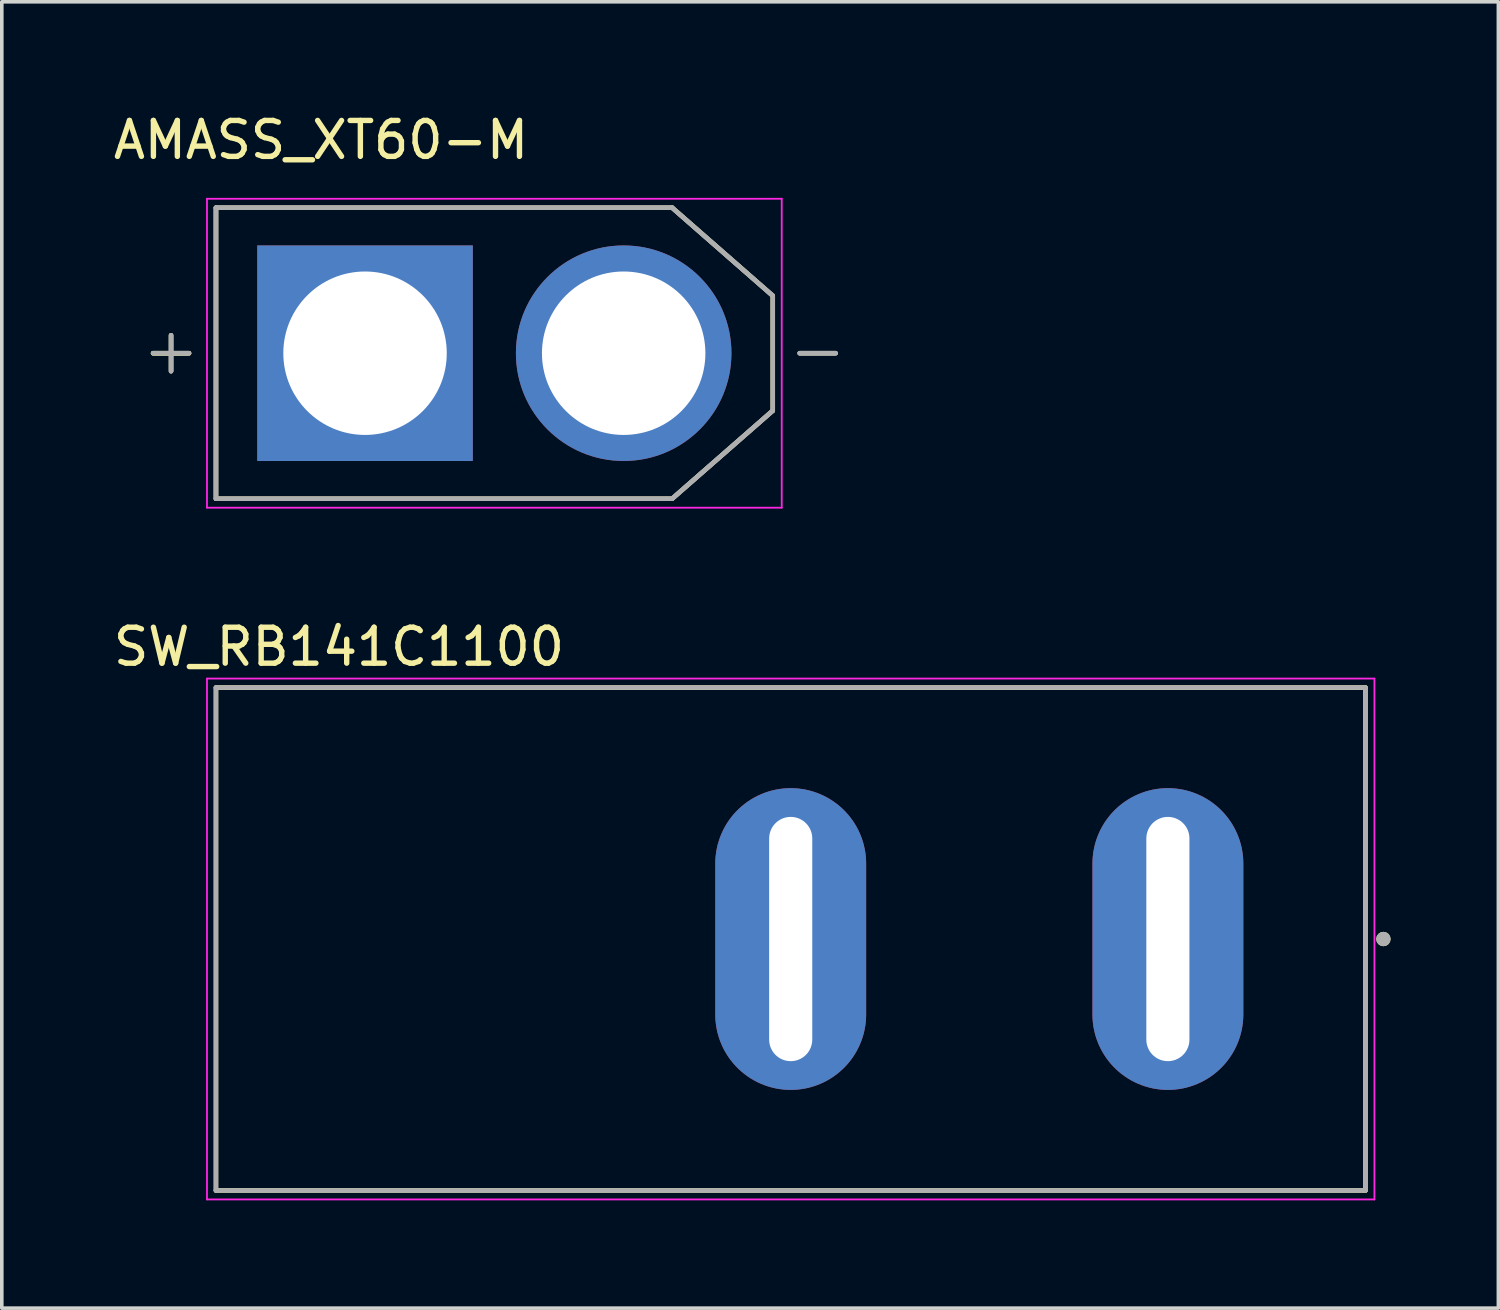
<source format=kicad_pcb>
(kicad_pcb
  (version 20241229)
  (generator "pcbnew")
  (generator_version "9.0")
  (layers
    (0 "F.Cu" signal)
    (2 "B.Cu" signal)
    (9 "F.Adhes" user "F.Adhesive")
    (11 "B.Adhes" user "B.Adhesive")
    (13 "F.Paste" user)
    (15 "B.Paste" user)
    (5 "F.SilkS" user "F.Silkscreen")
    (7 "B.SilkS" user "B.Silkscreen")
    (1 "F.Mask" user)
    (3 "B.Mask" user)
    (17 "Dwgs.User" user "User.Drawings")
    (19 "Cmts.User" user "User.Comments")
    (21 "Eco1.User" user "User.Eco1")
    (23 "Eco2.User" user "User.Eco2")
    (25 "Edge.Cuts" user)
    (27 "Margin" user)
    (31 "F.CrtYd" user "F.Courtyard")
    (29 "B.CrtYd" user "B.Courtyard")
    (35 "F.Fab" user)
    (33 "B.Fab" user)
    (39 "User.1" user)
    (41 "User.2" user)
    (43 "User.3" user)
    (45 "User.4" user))
  (footprint "AMASS_XT60-M"
    (layer "F.Cu")
    (at 10.712 6.783)
    (property "Reference" "AMASS_XT60-M" (at -4.825 -5.935 0) (layer "F.SilkS") (effects (font (size 1 1) (thickness 0.15))))
    (attr through_hole)
    (fp_line (start -9.5 0) (end -8.5 0) (stroke (width 0.127) (type solid)) (layer "F.SilkS"))
    (fp_line (start -9.5 0) (end -8.5 0) (stroke (width 0.127) (type solid)) (layer "F.SilkS"))
    (fp_line (start -9 -0.5) (end -9 0.5) (stroke (width 0.127) (type solid)) (layer "F.SilkS"))
    (fp_line (start -7.75 -4.05) (end 4.95 -4.05) (stroke (width 0.127) (type solid)) (layer "F.SilkS"))
    (fp_line (start -7.75 4.05) (end -7.75 -4.05) (stroke (width 0.127) (type solid)) (layer "F.SilkS"))
    (fp_line (start 4.95 -4.05) (end 7.75 -1.6) (stroke (width 0.127) (type solid)) (layer "F.SilkS"))
    (fp_line (start 4.95 4.05) (end -7.75 4.05) (stroke (width 0.127) (type solid)) (layer "F.SilkS"))
    (fp_line (start 7.75 -1.6) (end 7.75 1.6) (stroke (width 0.127) (type solid)) (layer "F.SilkS"))
    (fp_line (start 7.75 1.6) (end 4.95 4.05) (stroke (width 0.127) (type solid)) (layer "F.SilkS"))
    (fp_line (start 8.5 0) (end 9.5 0) (stroke (width 0.127) (type solid)) (layer "F.SilkS"))
    (fp_line (start -8 -4.3) (end -8 4.3) (stroke (width 0.05) (type solid)) (layer "F.CrtYd"))
    (fp_line (start -8 4.3) (end 8 4.3) (stroke (width 0.05) (type solid)) (layer "F.CrtYd"))
    (fp_line (start 8 -4.3) (end -8 -4.3) (stroke (width 0.05) (type solid)) (layer "F.CrtYd"))
    (fp_line (start 8 4.3) (end 8 -4.3) (stroke (width 0.05) (type solid)) (layer "F.CrtYd"))
    (fp_line (start -9.5 0) (end -8.5 0) (stroke (width 0.127) (type solid)) (layer "F.Fab"))
    (fp_line (start -9 -0.5) (end -9 0.5) (stroke (width 0.127) (type solid)) (layer "F.Fab"))
    (fp_line (start -9 -0.5) (end -9 0.5) (stroke (width 0.127) (type solid)) (layer "F.Fab"))
    (fp_line (start -7.75 -4.05) (end 4.95 -4.05) (stroke (width 0.127) (type solid)) (layer "F.Fab"))
    (fp_line (start -7.75 -4.05) (end 4.95 -4.05) (stroke (width 0.127) (type solid)) (layer "F.Fab"))
    (fp_line (start -7.75 4.05) (end -7.75 -4.05) (stroke (width 0.127) (type solid)) (layer "F.Fab"))
    (fp_line (start -7.75 4.05) (end -7.75 -4.05) (stroke (width 0.127) (type solid)) (layer "F.Fab"))
    (fp_line (start 4.95 -4.05) (end 7.75 -1.6) (stroke (width 0.127) (type solid)) (layer "F.Fab"))
    (fp_line (start 4.95 -4.05) (end 7.75 -1.6) (stroke (width 0.127) (type solid)) (layer "F.Fab"))
    (fp_line (start 4.95 4.05) (end -7.75 4.05) (stroke (width 0.127) (type solid)) (layer "F.Fab"))
    (fp_line (start 7.75 -1.6) (end 7.75 1.6) (stroke (width 0.127) (type solid)) (layer "F.Fab"))
    (fp_line (start 7.75 1.6) (end 4.95 4.05) (stroke (width 0.127) (type solid)) (layer "F.Fab"))
    (fp_line (start 7.75 1.6) (end 4.95 4.05) (stroke (width 0.127) (type solid)) (layer "F.Fab"))
    (fp_line (start 8.5 0) (end 9.5 0) (stroke (width 0.127) (type solid)) (layer "F.Fab"))
    (fp_line (start 8.5 0) (end 9.5 0) (stroke (width 0.127) (type solid)) (layer "F.Fab"))
    (pad "N" thru_hole circle (at 3.6 0) (size 6 6) (drill 4.55) (layers "*.Cu" "*.Mask"))
    (pad "P" thru_hole rect (at -3.6 0) (size 6 6) (drill 4.55) (layers "*.Cu" "*.Mask")))
  (footprint "SW_RB141C1100"
    (layer "F.Cu")
    (at 18.962 23.091)
    (property "Reference" "SW_RB141C1100" (at -12.575 -8.135 0) (layer "F.SilkS") (effects (font (size 1 1) (thickness 0.15))))
    (attr through_hole)
    (fp_line (start -16 -7) (end -16 7) (stroke (width 0.127) (type solid)) (layer "F.SilkS"))
    (fp_line (start -16 7) (end 16 7) (stroke (width 0.127) (type solid)) (layer "F.SilkS"))
    (fp_line (start 16 -7) (end -16 -7) (stroke (width 0.127) (type solid)) (layer "F.SilkS"))
    (fp_line (start 16 7) (end 16 -7) (stroke (width 0.127) (type solid)) (layer "F.SilkS"))
    (fp_circle (center 16.5 0) (end 16.6 0) (stroke (width 0.2) (type solid)) (fill no) (layer "F.SilkS"))
    (fp_line (start -16.25 -7.25) (end -16.25 7.25) (stroke (width 0.05) (type solid)) (layer "F.CrtYd"))
    (fp_line (start -16.25 7.25) (end 16.25 7.25) (stroke (width 0.05) (type solid)) (layer "F.CrtYd"))
    (fp_line (start 16.25 -7.25) (end -16.25 -7.25) (stroke (width 0.05) (type solid)) (layer "F.CrtYd"))
    (fp_line (start 16.25 7.25) (end 16.25 -7.25) (stroke (width 0.05) (type solid)) (layer "F.CrtYd"))
    (fp_line (start -16 -7) (end -16 7) (stroke (width 0.127) (type solid)) (layer "F.Fab"))
    (fp_line (start -16 7) (end 16 7) (stroke (width 0.127) (type solid)) (layer "F.Fab"))
    (fp_line (start 16 -7) (end -16 -7) (stroke (width 0.127) (type solid)) (layer "F.Fab"))
    (fp_line (start 16 7) (end 16 -7) (stroke (width 0.127) (type solid)) (layer "F.Fab"))
    (fp_circle (center 16.5 0) (end 16.6 0) (stroke (width 0.2) (type solid)) (fill no) (layer "F.Fab"))
    (pad "1" thru_hole oval (at 10.5 0) (size 4.2 8.4) (drill oval 1.2 6.8) (layers "*.Cu" "*.Mask"))
    (pad "2" thru_hole oval (at 0 0) (size 4.2 8.4) (drill oval 1.2 6.8) (layers "*.Cu" "*.Mask")))
  (gr_rect
    (start -3 -3)
    (end 38.662 33.367)
    (stroke (width 0.1) (type default))
    (fill no)
    (layer "Edge.Cuts")))
</source>
